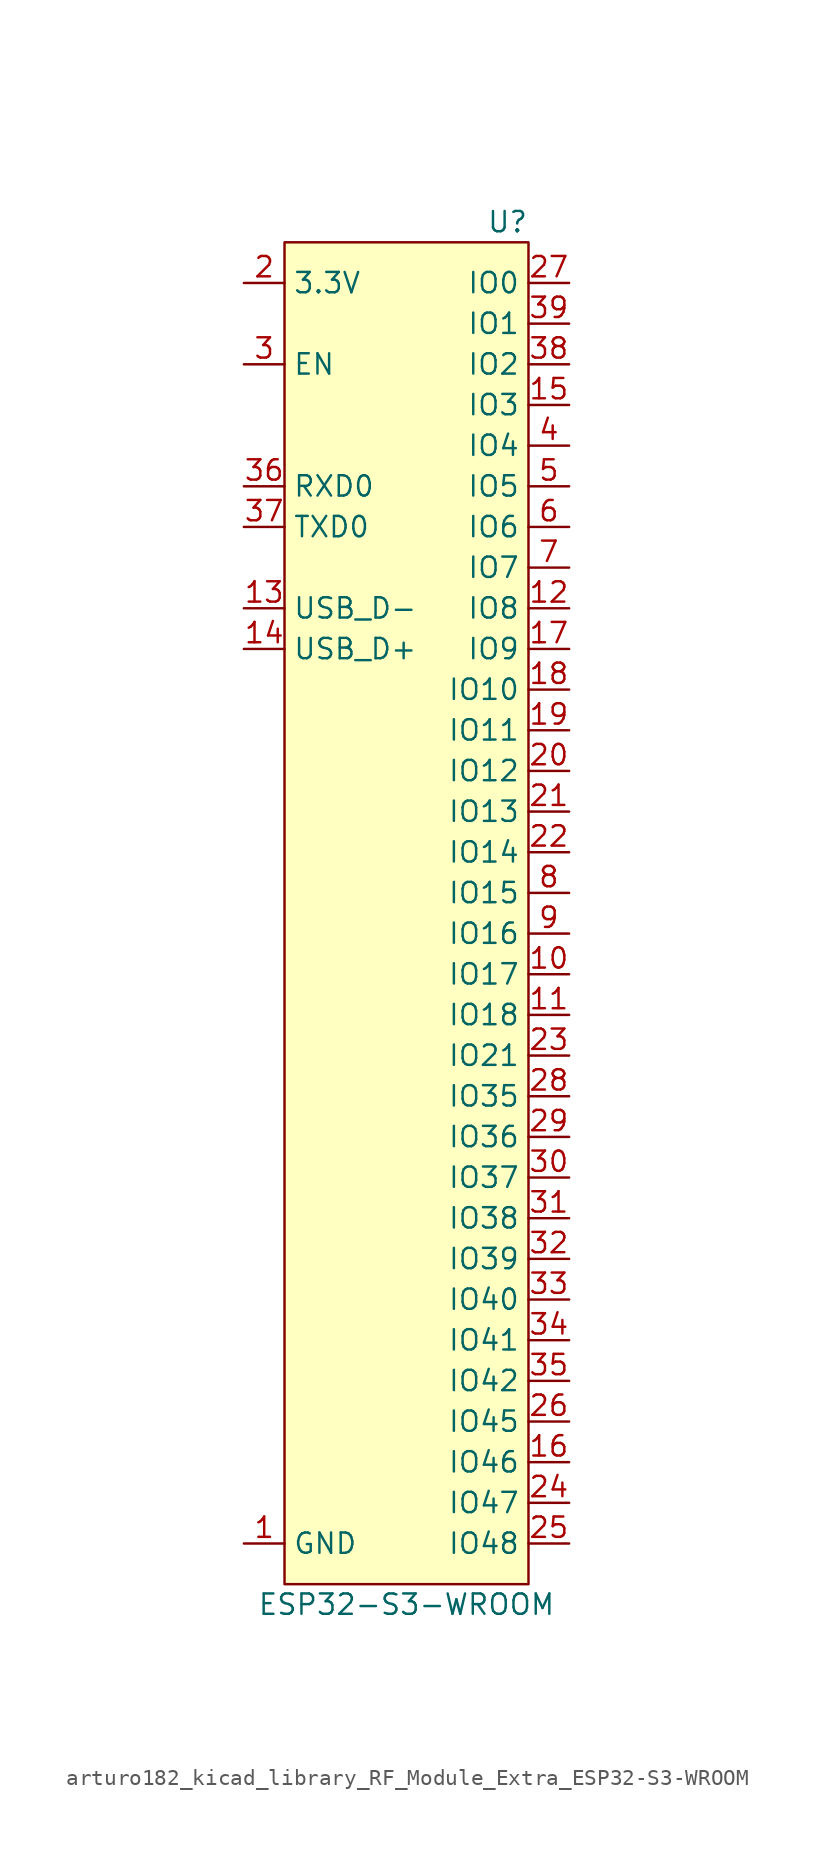
<source format=kicad_sym>
(kicad_symbol_lib
  (version 20220914)
  (generator kicad_symbol_editor)
  (symbol "arturo182_kicad_library_RF_Module_Extra_ESP32-S3-WROOM"
    (property "Reference" "U"
      (at 7.62 44.45 0)
      (effects (font (size 1.27 1.27)) (justify right)))
    (property "Value" "ESP32-S3-WROOM"
      (at 0 -41.91 0)
      (effects (font (size 1.27 1.27))))
    (symbol "arturo182_kicad_library_RF_Module_Extra_ESP32-S3-WROOM_0_0"
      (pin power_in line (at -10.16 -38.1 0) (length 2.54) (name "GND" (effects (font (size 1.27 1.27)))) (number "1" (effects (font (size 1.27 1.27)))))
      (pin bidirectional line (at 10.16 -2.54 180) (length 2.54) (name "IO17" (effects (font (size 1.27 1.27)))) (number "10" (effects (font (size 1.27 1.27)))))
      (pin bidirectional line (at 10.16 -5.08 180) (length 2.54) (name "IO18" (effects (font (size 1.27 1.27)))) (number "11" (effects (font (size 1.27 1.27)))))
      (pin bidirectional line (at 10.16 20.32 180) (length 2.54) (name "IO8" (effects (font (size 1.27 1.27)))) (number "12" (effects (font (size 1.27 1.27)))))
      (pin bidirectional line (at -10.16 20.32 0) (length 2.54) (name "USB_D-" (effects (font (size 1.27 1.27)))) (number "13" (effects (font (size 1.27 1.27)))))
      (pin bidirectional line (at -10.16 17.78 0) (length 2.54) (name "USB_D+" (effects (font (size 1.27 1.27)))) (number "14" (effects (font (size 1.27 1.27)))))
      (pin bidirectional line (at 10.16 33.02 180) (length 2.54) (name "IO3" (effects (font (size 1.27 1.27)))) (number "15" (effects (font (size 1.27 1.27)))))
      (pin bidirectional line (at 10.16 -33.02 180) (length 2.54) (name "IO46" (effects (font (size 1.27 1.27)))) (number "16" (effects (font (size 1.27 1.27)))))
      (pin bidirectional line (at 10.16 17.78 180) (length 2.54) (name "IO9" (effects (font (size 1.27 1.27)))) (number "17" (effects (font (size 1.27 1.27)))))
      (pin bidirectional line (at 10.16 15.24 180) (length 2.54) (name "IO10" (effects (font (size 1.27 1.27)))) (number "18" (effects (font (size 1.27 1.27)))))
      (pin bidirectional line (at 10.16 12.7 180) (length 2.54) (name "IO11" (effects (font (size 1.27 1.27)))) (number "19" (effects (font (size 1.27 1.27)))))
      (pin power_in line (at -10.16 40.64 0) (length 2.54) (name "3.3V" (effects (font (size 1.27 1.27)))) (number "2" (effects (font (size 1.27 1.27)))))
      (pin bidirectional line (at 10.16 10.16 180) (length 2.54) (name "IO12" (effects (font (size 1.27 1.27)))) (number "20" (effects (font (size 1.27 1.27)))))
      (pin bidirectional line (at 10.16 7.62 180) (length 2.54) (name "IO13" (effects (font (size 1.27 1.27)))) (number "21" (effects (font (size 1.27 1.27)))))
      (pin bidirectional line (at 10.16 5.08 180) (length 2.54) (name "IO14" (effects (font (size 1.27 1.27)))) (number "22" (effects (font (size 1.27 1.27)))))
      (pin bidirectional line (at 10.16 -7.62 180) (length 2.54) (name "IO21" (effects (font (size 1.27 1.27)))) (number "23" (effects (font (size 1.27 1.27)))))
      (pin bidirectional line (at 10.16 -35.56 180) (length 2.54) (name "IO47" (effects (font (size 1.27 1.27)))) (number "24" (effects (font (size 1.27 1.27)))))
      (pin bidirectional line (at 10.16 -38.1 180) (length 2.54) (name "IO48" (effects (font (size 1.27 1.27)))) (number "25" (effects (font (size 1.27 1.27)))))
      (pin bidirectional line (at 10.16 -30.48 180) (length 2.54) (name "IO45" (effects (font (size 1.27 1.27)))) (number "26" (effects (font (size 1.27 1.27)))))
      (pin bidirectional line (at 10.16 40.64 180) (length 2.54) (name "IO0" (effects (font (size 1.27 1.27)))) (number "27" (effects (font (size 1.27 1.27)))))
      (pin bidirectional line (at 10.16 -10.16 180) (length 2.54) (name "IO35" (effects (font (size 1.27 1.27)))) (number "28" (effects (font (size 1.27 1.27)))))
      (pin bidirectional line (at 10.16 -12.7 180) (length 2.54) (name "IO36" (effects (font (size 1.27 1.27)))) (number "29" (effects (font (size 1.27 1.27)))))
      (pin input line (at -10.16 35.56 0) (length 2.54) (name "EN" (effects (font (size 1.27 1.27)))) (number "3" (effects (font (size 1.27 1.27)))))
      (pin bidirectional line (at 10.16 -15.24 180) (length 2.54) (name "IO37" (effects (font (size 1.27 1.27)))) (number "30" (effects (font (size 1.27 1.27)))))
      (pin bidirectional line (at 10.16 -17.78 180) (length 2.54) (name "IO38" (effects (font (size 1.27 1.27)))) (number "31" (effects (font (size 1.27 1.27)))))
      (pin bidirectional line (at 10.16 -20.32 180) (length 2.54) (name "IO39" (effects (font (size 1.27 1.27)))) (number "32" (effects (font (size 1.27 1.27)))))
      (pin bidirectional line (at 10.16 -22.86 180) (length 2.54) (name "IO40" (effects (font (size 1.27 1.27)))) (number "33" (effects (font (size 1.27 1.27)))))
      (pin bidirectional line (at 10.16 -25.4 180) (length 2.54) (name "IO41" (effects (font (size 1.27 1.27)))) (number "34" (effects (font (size 1.27 1.27)))))
      (pin bidirectional line (at 10.16 -27.94 180) (length 2.54) (name "IO42" (effects (font (size 1.27 1.27)))) (number "35" (effects (font (size 1.27 1.27)))))
      (pin input line (at -10.16 27.94 0) (length 2.54) (name "RXD0" (effects (font (size 1.27 1.27)))) (number "36" (effects (font (size 1.27 1.27)))))
      (pin output line (at -10.16 25.4 0) (length 2.54) (name "TXD0" (effects (font (size 1.27 1.27)))) (number "37" (effects (font (size 1.27 1.27)))))
      (pin bidirectional line (at 10.16 35.56 180) (length 2.54) (name "IO2" (effects (font (size 1.27 1.27)))) (number "38" (effects (font (size 1.27 1.27)))))
      (pin bidirectional line (at 10.16 38.1 180) (length 2.54) (name "IO1" (effects (font (size 1.27 1.27)))) (number "39" (effects (font (size 1.27 1.27)))))
      (pin bidirectional line (at 10.16 30.48 180) (length 2.54) (name "IO4" (effects (font (size 1.27 1.27)))) (number "4" (effects (font (size 1.27 1.27)))))
      (pin passive line (at -10.16 -38.1 0) (length 2.54) hide (name "GND" (effects (font (size 1.27 1.27)))) (number "40" (effects (font (size 1.27 1.27)))))
      (pin passive line (at -10.16 -38.1 0) (length 2.54) hide (name "GND" (effects (font (size 1.27 1.27)))) (number "41" (effects (font (size 1.27 1.27)))))
      (pin bidirectional line (at 10.16 27.94 180) (length 2.54) (name "IO5" (effects (font (size 1.27 1.27)))) (number "5" (effects (font (size 1.27 1.27)))))
      (pin bidirectional line (at 10.16 25.4 180) (length 2.54) (name "IO6" (effects (font (size 1.27 1.27)))) (number "6" (effects (font (size 1.27 1.27)))))
      (pin bidirectional line (at 10.16 22.86 180) (length 2.54) (name "IO7" (effects (font (size 1.27 1.27)))) (number "7" (effects (font (size 1.27 1.27)))))
      (pin bidirectional line (at 10.16 2.54 180) (length 2.54) (name "IO15" (effects (font (size 1.27 1.27)))) (number "8" (effects (font (size 1.27 1.27)))))
      (pin bidirectional line (at 10.16 0 180) (length 2.54) (name "IO16" (effects (font (size 1.27 1.27)))) (number "9" (effects (font (size 1.27 1.27))))))
    (symbol "arturo182_kicad_library_RF_Module_Extra_ESP32-S3-WROOM_0_1"
      (rectangle (start -7.62 43.18) (end 7.62 -40.64) (stroke (width 0) (type default)) (fill (type background))))))
</source>
